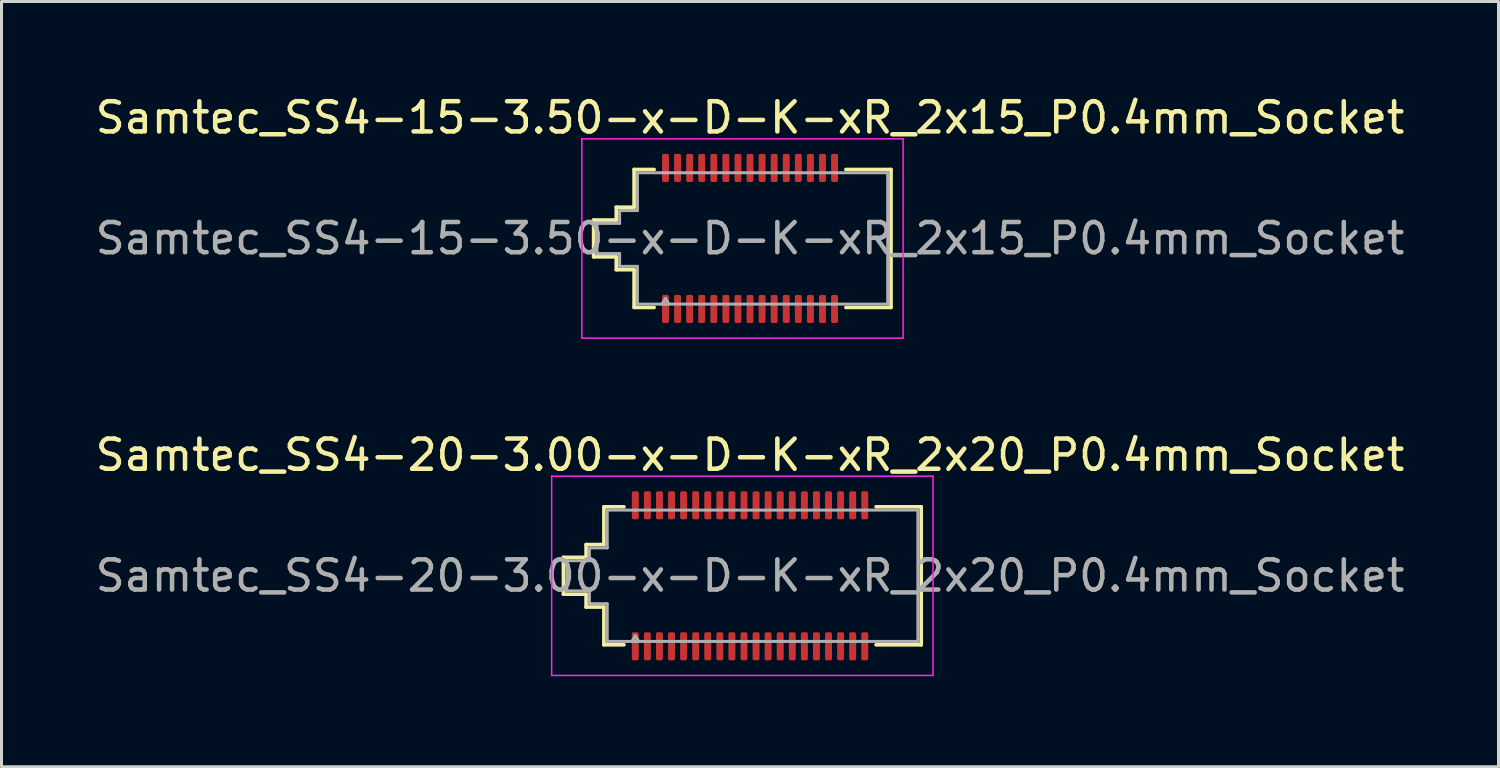
<source format=kicad_pcb>
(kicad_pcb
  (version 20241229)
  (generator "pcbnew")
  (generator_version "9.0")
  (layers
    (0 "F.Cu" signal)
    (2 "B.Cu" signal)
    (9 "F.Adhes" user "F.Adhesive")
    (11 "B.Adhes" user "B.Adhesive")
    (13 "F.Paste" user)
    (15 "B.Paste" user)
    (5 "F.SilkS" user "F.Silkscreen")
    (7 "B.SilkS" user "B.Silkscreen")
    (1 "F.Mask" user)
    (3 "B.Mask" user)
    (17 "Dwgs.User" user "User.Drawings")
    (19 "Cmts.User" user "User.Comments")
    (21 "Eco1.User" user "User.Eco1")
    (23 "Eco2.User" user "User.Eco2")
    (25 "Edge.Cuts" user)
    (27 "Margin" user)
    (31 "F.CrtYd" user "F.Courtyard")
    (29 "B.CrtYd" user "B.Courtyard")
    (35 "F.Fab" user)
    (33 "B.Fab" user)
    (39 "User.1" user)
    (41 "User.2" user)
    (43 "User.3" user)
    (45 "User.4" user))
  (footprint "Samtec_SS4-20-3.00-x-D-K-xR_2x20_P0.4mm_Socket"
    (layer "F.Cu")
    (at 21.792 16.021)
    (property "Reference" "Samtec_SS4-20-3.00-x-D-K-xR_2x20_P0.4mm_Socket" (at 0 -4 0) (layer "F.SilkS") (effects (font (size 1 1) (thickness 0.15))))
    (attr smd)
    (fp_line (start -6.18 -0.61) (end -5.43 -0.61) (stroke (width 0.12) (type solid)) (layer "F.SilkS"))
    (fp_line (start -6.18 0.61) (end -6.18 -0.61) (stroke (width 0.12) (type solid)) (layer "F.SilkS"))
    (fp_line (start -5.43 -1.035) (end -4.84 -1.035) (stroke (width 0.12) (type solid)) (layer "F.SilkS"))
    (fp_line (start -5.43 -0.61) (end -5.43 -1.035) (stroke (width 0.12) (type solid)) (layer "F.SilkS"))
    (fp_line (start -5.43 0.61) (end -6.18 0.61) (stroke (width 0.12) (type solid)) (layer "F.SilkS"))
    (fp_line (start -5.43 1.035) (end -5.43 0.61) (stroke (width 0.12) (type solid)) (layer "F.SilkS"))
    (fp_line (start -4.84 -2.285) (end -4.175 -2.285) (stroke (width 0.12) (type solid)) (layer "F.SilkS"))
    (fp_line (start -4.84 -1.035) (end -4.84 -2.285) (stroke (width 0.12) (type solid)) (layer "F.SilkS"))
    (fp_line (start -4.84 1.035) (end -5.43 1.035) (stroke (width 0.12) (type solid)) (layer "F.SilkS"))
    (fp_line (start -4.84 2.285) (end -4.84 1.035) (stroke (width 0.12) (type solid)) (layer "F.SilkS"))
    (fp_line (start -4.175 2.285) (end -4.84 2.285) (stroke (width 0.12) (type solid)) (layer "F.SilkS"))
    (fp_line (start 4.175 -2.285) (end 5.67 -2.285) (stroke (width 0.12) (type solid)) (layer "F.SilkS"))
    (fp_line (start 5.67 -2.285) (end 5.67 2.285) (stroke (width 0.12) (type solid)) (layer "F.SilkS"))
    (fp_line (start 5.67 2.285) (end 4.175 2.285) (stroke (width 0.12) (type solid)) (layer "F.SilkS"))
    (fp_line (start -6.57 -3.3) (end -6.57 3.3) (stroke (width 0.05) (type solid)) (layer "F.CrtYd"))
    (fp_line (start -6.57 3.3) (end 6.06 3.3) (stroke (width 0.05) (type solid)) (layer "F.CrtYd"))
    (fp_line (start 6.06 -3.3) (end -6.57 -3.3) (stroke (width 0.05) (type solid)) (layer "F.CrtYd"))
    (fp_line (start 6.06 3.3) (end 6.06 -3.3) (stroke (width 0.05) (type solid)) (layer "F.CrtYd"))
    (fp_line (start -6.07 -0.5) (end -5.32 -0.5) (stroke (width 0.1) (type solid)) (layer "F.Fab"))
    (fp_line (start -6.07 0.5) (end -6.07 -0.5) (stroke (width 0.1) (type solid)) (layer "F.Fab"))
    (fp_line (start -5.32 -0.925) (end -4.73 -0.925) (stroke (width 0.1) (type solid)) (layer "F.Fab"))
    (fp_line (start -5.32 -0.5) (end -5.32 -0.925) (stroke (width 0.1) (type solid)) (layer "F.Fab"))
    (fp_line (start -5.32 0.5) (end -6.07 0.5) (stroke (width 0.1) (type solid)) (layer "F.Fab"))
    (fp_line (start -5.32 0.925) (end -5.32 0.5) (stroke (width 0.1) (type solid)) (layer "F.Fab"))
    (fp_line (start -4.73 -2.175) (end -3.8 -2.175) (stroke (width 0.1) (type solid)) (layer "F.Fab"))
    (fp_line (start -4.73 -0.925) (end -4.73 -2.175) (stroke (width 0.1) (type solid)) (layer "F.Fab"))
    (fp_line (start -4.73 0.925) (end -5.32 0.925) (stroke (width 0.1) (type solid)) (layer "F.Fab"))
    (fp_line (start -4.73 2.175) (end -4.73 0.925) (stroke (width 0.1) (type solid)) (layer "F.Fab"))
    (fp_line (start -3.8 -2.175) (end 3.8 -2.175) (stroke (width 0.1) (type solid)) (layer "F.Fab"))
    (fp_line (start -3.8 1.991) (end -3.915 2.175) (stroke (width 0.1) (type solid)) (layer "F.Fab"))
    (fp_line (start -3.8 1.991) (end -3.685 2.175) (stroke (width 0.1) (type solid)) (layer "F.Fab"))
    (fp_line (start -3.8 2.175) (end -4.73 2.175) (stroke (width 0.1) (type solid)) (layer "F.Fab"))
    (fp_line (start 3.8 -2.175) (end 5.56 -2.175) (stroke (width 0.1) (type solid)) (layer "F.Fab"))
    (fp_line (start 3.8 2.175) (end -3.8 2.175) (stroke (width 0.1) (type solid)) (layer "F.Fab"))
    (fp_line (start 5.56 -2.175) (end 5.56 2.175) (stroke (width 0.1) (type solid)) (layer "F.Fab"))
    (fp_line (start 5.56 2.175) (end 3.8 2.175) (stroke (width 0.1) (type solid)) (layer "F.Fab"))
    (fp_text user "${REFERENCE}" (at 0 0 0) (layer "F.Fab") (effects (font (size 1 1) (thickness 0.15))))
    (pad "1" smd roundrect (at -3.8 2.335) (size 0.23 0.93) (layers "F.Cu" "F.Mask" "F.Paste") (roundrect_rratio 0.25))
    (pad "2" smd roundrect (at -3.8 -2.335) (size 0.23 0.93) (layers "F.Cu" "F.Mask" "F.Paste") (roundrect_rratio 0.25))
    (pad "3" smd roundrect (at -3.4 2.335) (size 0.23 0.93) (layers "F.Cu" "F.Mask" "F.Paste") (roundrect_rratio 0.25))
    (pad "4" smd roundrect (at -3.4 -2.335) (size 0.23 0.93) (layers "F.Cu" "F.Mask" "F.Paste") (roundrect_rratio 0.25))
    (pad "5" smd roundrect (at -3 2.335) (size 0.23 0.93) (layers "F.Cu" "F.Mask" "F.Paste") (roundrect_rratio 0.25))
    (pad "6" smd roundrect (at -3 -2.335) (size 0.23 0.93) (layers "F.Cu" "F.Mask" "F.Paste") (roundrect_rratio 0.25))
    (pad "7" smd roundrect (at -2.6 2.335) (size 0.23 0.93) (layers "F.Cu" "F.Mask" "F.Paste") (roundrect_rratio 0.25))
    (pad "8" smd roundrect (at -2.6 -2.335) (size 0.23 0.93) (layers "F.Cu" "F.Mask" "F.Paste") (roundrect_rratio 0.25))
    (pad "9" smd roundrect (at -2.2 2.335) (size 0.23 0.93) (layers "F.Cu" "F.Mask" "F.Paste") (roundrect_rratio 0.25))
    (pad "10" smd roundrect (at -2.2 -2.335) (size 0.23 0.93) (layers "F.Cu" "F.Mask" "F.Paste") (roundrect_rratio 0.25))
    (pad "11" smd roundrect (at -1.8 2.335) (size 0.23 0.93) (layers "F.Cu" "F.Mask" "F.Paste") (roundrect_rratio 0.25))
    (pad "12" smd roundrect (at -1.8 -2.335) (size 0.23 0.93) (layers "F.Cu" "F.Mask" "F.Paste") (roundrect_rratio 0.25))
    (pad "13" smd roundrect (at -1.4 2.335) (size 0.23 0.93) (layers "F.Cu" "F.Mask" "F.Paste") (roundrect_rratio 0.25))
    (pad "14" smd roundrect (at -1.4 -2.335) (size 0.23 0.93) (layers "F.Cu" "F.Mask" "F.Paste") (roundrect_rratio 0.25))
    (pad "15" smd roundrect (at -1 2.335) (size 0.23 0.93) (layers "F.Cu" "F.Mask" "F.Paste") (roundrect_rratio 0.25))
    (pad "16" smd roundrect (at -1 -2.335) (size 0.23 0.93) (layers "F.Cu" "F.Mask" "F.Paste") (roundrect_rratio 0.25))
    (pad "17" smd roundrect (at -0.6 2.335) (size 0.23 0.93) (layers "F.Cu" "F.Mask" "F.Paste") (roundrect_rratio 0.25))
    (pad "18" smd roundrect (at -0.6 -2.335) (size 0.23 0.93) (layers "F.Cu" "F.Mask" "F.Paste") (roundrect_rratio 0.25))
    (pad "19" smd roundrect (at -0.2 2.335) (size 0.23 0.93) (layers "F.Cu" "F.Mask" "F.Paste") (roundrect_rratio 0.25))
    (pad "20" smd roundrect (at -0.2 -2.335) (size 0.23 0.93) (layers "F.Cu" "F.Mask" "F.Paste") (roundrect_rratio 0.25))
    (pad "21" smd roundrect (at 0.2 2.335) (size 0.23 0.93) (layers "F.Cu" "F.Mask" "F.Paste") (roundrect_rratio 0.25))
    (pad "22" smd roundrect (at 0.2 -2.335) (size 0.23 0.93) (layers "F.Cu" "F.Mask" "F.Paste") (roundrect_rratio 0.25))
    (pad "23" smd roundrect (at 0.6 2.335) (size 0.23 0.93) (layers "F.Cu" "F.Mask" "F.Paste") (roundrect_rratio 0.25))
    (pad "24" smd roundrect (at 0.6 -2.335) (size 0.23 0.93) (layers "F.Cu" "F.Mask" "F.Paste") (roundrect_rratio 0.25))
    (pad "25" smd roundrect (at 1 2.335) (size 0.23 0.93) (layers "F.Cu" "F.Mask" "F.Paste") (roundrect_rratio 0.25))
    (pad "26" smd roundrect (at 1 -2.335) (size 0.23 0.93) (layers "F.Cu" "F.Mask" "F.Paste") (roundrect_rratio 0.25))
    (pad "27" smd roundrect (at 1.4 2.335) (size 0.23 0.93) (layers "F.Cu" "F.Mask" "F.Paste") (roundrect_rratio 0.25))
    (pad "28" smd roundrect (at 1.4 -2.335) (size 0.23 0.93) (layers "F.Cu" "F.Mask" "F.Paste") (roundrect_rratio 0.25))
    (pad "29" smd roundrect (at 1.8 2.335) (size 0.23 0.93) (layers "F.Cu" "F.Mask" "F.Paste") (roundrect_rratio 0.25))
    (pad "30" smd roundrect (at 1.8 -2.335) (size 0.23 0.93) (layers "F.Cu" "F.Mask" "F.Paste") (roundrect_rratio 0.25))
    (pad "31" smd roundrect (at 2.2 2.335) (size 0.23 0.93) (layers "F.Cu" "F.Mask" "F.Paste") (roundrect_rratio 0.25))
    (pad "32" smd roundrect (at 2.2 -2.335) (size 0.23 0.93) (layers "F.Cu" "F.Mask" "F.Paste") (roundrect_rratio 0.25))
    (pad "33" smd roundrect (at 2.6 2.335) (size 0.23 0.93) (layers "F.Cu" "F.Mask" "F.Paste") (roundrect_rratio 0.25))
    (pad "34" smd roundrect (at 2.6 -2.335) (size 0.23 0.93) (layers "F.Cu" "F.Mask" "F.Paste") (roundrect_rratio 0.25))
    (pad "35" smd roundrect (at 3 2.335) (size 0.23 0.93) (layers "F.Cu" "F.Mask" "F.Paste") (roundrect_rratio 0.25))
    (pad "36" smd roundrect (at 3 -2.335) (size 0.23 0.93) (layers "F.Cu" "F.Mask" "F.Paste") (roundrect_rratio 0.25))
    (pad "37" smd roundrect (at 3.4 2.335) (size 0.23 0.93) (layers "F.Cu" "F.Mask" "F.Paste") (roundrect_rratio 0.25))
    (pad "38" smd roundrect (at 3.4 -2.335) (size 0.23 0.93) (layers "F.Cu" "F.Mask" "F.Paste") (roundrect_rratio 0.25))
    (pad "39" smd roundrect (at 3.8 2.335) (size 0.23 0.93) (layers "F.Cu" "F.Mask" "F.Paste") (roundrect_rratio 0.25))
    (pad "40" smd roundrect (at 3.8 -2.335) (size 0.23 0.93) (layers "F.Cu" "F.Mask" "F.Paste") (roundrect_rratio 0.25)))
  (footprint "Samtec_SS4-15-3.50-x-D-K-xR_2x15_P0.4mm_Socket"
    (layer "F.Cu")
    (at 21.792 4.848)
    (property "Reference" "Samtec_SS4-15-3.50-x-D-K-xR_2x15_P0.4mm_Socket" (at 0 -4 0) (layer "F.SilkS") (effects (font (size 1 1) (thickness 0.15))))
    (attr smd)
    (fp_line (start -5.18 -0.61) (end -4.43 -0.61) (stroke (width 0.12) (type solid)) (layer "F.SilkS"))
    (fp_line (start -5.18 0.61) (end -5.18 -0.61) (stroke (width 0.12) (type solid)) (layer "F.SilkS"))
    (fp_line (start -4.43 -1.035) (end -3.84 -1.035) (stroke (width 0.12) (type solid)) (layer "F.SilkS"))
    (fp_line (start -4.43 -0.61) (end -4.43 -1.035) (stroke (width 0.12) (type solid)) (layer "F.SilkS"))
    (fp_line (start -4.43 0.61) (end -5.18 0.61) (stroke (width 0.12) (type solid)) (layer "F.SilkS"))
    (fp_line (start -4.43 1.035) (end -4.43 0.61) (stroke (width 0.12) (type solid)) (layer "F.SilkS"))
    (fp_line (start -3.84 -2.285) (end -3.175 -2.285) (stroke (width 0.12) (type solid)) (layer "F.SilkS"))
    (fp_line (start -3.84 -1.035) (end -3.84 -2.285) (stroke (width 0.12) (type solid)) (layer "F.SilkS"))
    (fp_line (start -3.84 1.035) (end -4.43 1.035) (stroke (width 0.12) (type solid)) (layer "F.SilkS"))
    (fp_line (start -3.84 2.285) (end -3.84 1.035) (stroke (width 0.12) (type solid)) (layer "F.SilkS"))
    (fp_line (start -3.175 2.285) (end -3.84 2.285) (stroke (width 0.12) (type solid)) (layer "F.SilkS"))
    (fp_line (start 3.175 -2.285) (end 4.67 -2.285) (stroke (width 0.12) (type solid)) (layer "F.SilkS"))
    (fp_line (start 4.67 -2.285) (end 4.67 2.285) (stroke (width 0.12) (type solid)) (layer "F.SilkS"))
    (fp_line (start 4.67 2.285) (end 3.175 2.285) (stroke (width 0.12) (type solid)) (layer "F.SilkS"))
    (fp_line (start -5.57 -3.3) (end -5.57 3.3) (stroke (width 0.05) (type solid)) (layer "F.CrtYd"))
    (fp_line (start -5.57 3.3) (end 5.07 3.3) (stroke (width 0.05) (type solid)) (layer "F.CrtYd"))
    (fp_line (start 5.07 -3.3) (end -5.57 -3.3) (stroke (width 0.05) (type solid)) (layer "F.CrtYd"))
    (fp_line (start 5.07 3.3) (end 5.07 -3.3) (stroke (width 0.05) (type solid)) (layer "F.CrtYd"))
    (fp_line (start -5.07 -0.5) (end -4.32 -0.5) (stroke (width 0.1) (type solid)) (layer "F.Fab"))
    (fp_line (start -5.07 0.5) (end -5.07 -0.5) (stroke (width 0.1) (type solid)) (layer "F.Fab"))
    (fp_line (start -4.32 -0.925) (end -3.73 -0.925) (stroke (width 0.1) (type solid)) (layer "F.Fab"))
    (fp_line (start -4.32 -0.5) (end -4.32 -0.925) (stroke (width 0.1) (type solid)) (layer "F.Fab"))
    (fp_line (start -4.32 0.5) (end -5.07 0.5) (stroke (width 0.1) (type solid)) (layer "F.Fab"))
    (fp_line (start -4.32 0.925) (end -4.32 0.5) (stroke (width 0.1) (type solid)) (layer "F.Fab"))
    (fp_line (start -3.73 -2.175) (end -2.8 -2.175) (stroke (width 0.1) (type solid)) (layer "F.Fab"))
    (fp_line (start -3.73 -0.925) (end -3.73 -2.175) (stroke (width 0.1) (type solid)) (layer "F.Fab"))
    (fp_line (start -3.73 0.925) (end -4.32 0.925) (stroke (width 0.1) (type solid)) (layer "F.Fab"))
    (fp_line (start -3.73 2.175) (end -3.73 0.925) (stroke (width 0.1) (type solid)) (layer "F.Fab"))
    (fp_line (start -2.8 -2.175) (end 2.8 -2.175) (stroke (width 0.1) (type solid)) (layer "F.Fab"))
    (fp_line (start -2.8 1.991) (end -2.915 2.175) (stroke (width 0.1) (type solid)) (layer "F.Fab"))
    (fp_line (start -2.8 1.991) (end -2.685 2.175) (stroke (width 0.1) (type solid)) (layer "F.Fab"))
    (fp_line (start -2.8 2.175) (end -3.73 2.175) (stroke (width 0.1) (type solid)) (layer "F.Fab"))
    (fp_line (start 2.8 -2.175) (end 4.56 -2.175) (stroke (width 0.1) (type solid)) (layer "F.Fab"))
    (fp_line (start 2.8 2.175) (end -2.8 2.175) (stroke (width 0.1) (type solid)) (layer "F.Fab"))
    (fp_line (start 4.56 -2.175) (end 4.56 2.175) (stroke (width 0.1) (type solid)) (layer "F.Fab"))
    (fp_line (start 4.56 2.175) (end 2.8 2.175) (stroke (width 0.1) (type solid)) (layer "F.Fab"))
    (fp_text user "${REFERENCE}" (at 0 0 0) (layer "F.Fab") (effects (font (size 1 1) (thickness 0.15))))
    (pad "1" smd roundrect (at -2.8 2.335) (size 0.23 0.93) (layers "F.Cu" "F.Mask" "F.Paste") (roundrect_rratio 0.25))
    (pad "2" smd roundrect (at -2.8 -2.335) (size 0.23 0.93) (layers "F.Cu" "F.Mask" "F.Paste") (roundrect_rratio 0.25))
    (pad "3" smd roundrect (at -2.4 2.335) (size 0.23 0.93) (layers "F.Cu" "F.Mask" "F.Paste") (roundrect_rratio 0.25))
    (pad "4" smd roundrect (at -2.4 -2.335) (size 0.23 0.93) (layers "F.Cu" "F.Mask" "F.Paste") (roundrect_rratio 0.25))
    (pad "5" smd roundrect (at -2 2.335) (size 0.23 0.93) (layers "F.Cu" "F.Mask" "F.Paste") (roundrect_rratio 0.25))
    (pad "6" smd roundrect (at -2 -2.335) (size 0.23 0.93) (layers "F.Cu" "F.Mask" "F.Paste") (roundrect_rratio 0.25))
    (pad "7" smd roundrect (at -1.6 2.335) (size 0.23 0.93) (layers "F.Cu" "F.Mask" "F.Paste") (roundrect_rratio 0.25))
    (pad "8" smd roundrect (at -1.6 -2.335) (size 0.23 0.93) (layers "F.Cu" "F.Mask" "F.Paste") (roundrect_rratio 0.25))
    (pad "9" smd roundrect (at -1.2 2.335) (size 0.23 0.93) (layers "F.Cu" "F.Mask" "F.Paste") (roundrect_rratio 0.25))
    (pad "10" smd roundrect (at -1.2 -2.335) (size 0.23 0.93) (layers "F.Cu" "F.Mask" "F.Paste") (roundrect_rratio 0.25))
    (pad "11" smd roundrect (at -0.8 2.335) (size 0.23 0.93) (layers "F.Cu" "F.Mask" "F.Paste") (roundrect_rratio 0.25))
    (pad "12" smd roundrect (at -0.8 -2.335) (size 0.23 0.93) (layers "F.Cu" "F.Mask" "F.Paste") (roundrect_rratio 0.25))
    (pad "13" smd roundrect (at -0.4 2.335) (size 0.23 0.93) (layers "F.Cu" "F.Mask" "F.Paste") (roundrect_rratio 0.25))
    (pad "14" smd roundrect (at -0.4 -2.335) (size 0.23 0.93) (layers "F.Cu" "F.Mask" "F.Paste") (roundrect_rratio 0.25))
    (pad "15" smd roundrect (at 0 2.335) (size 0.23 0.93) (layers "F.Cu" "F.Mask" "F.Paste") (roundrect_rratio 0.25))
    (pad "16" smd roundrect (at 0 -2.335) (size 0.23 0.93) (layers "F.Cu" "F.Mask" "F.Paste") (roundrect_rratio 0.25))
    (pad "17" smd roundrect (at 0.4 2.335) (size 0.23 0.93) (layers "F.Cu" "F.Mask" "F.Paste") (roundrect_rratio 0.25))
    (pad "18" smd roundrect (at 0.4 -2.335) (size 0.23 0.93) (layers "F.Cu" "F.Mask" "F.Paste") (roundrect_rratio 0.25))
    (pad "19" smd roundrect (at 0.8 2.335) (size 0.23 0.93) (layers "F.Cu" "F.Mask" "F.Paste") (roundrect_rratio 0.25))
    (pad "20" smd roundrect (at 0.8 -2.335) (size 0.23 0.93) (layers "F.Cu" "F.Mask" "F.Paste") (roundrect_rratio 0.25))
    (pad "21" smd roundrect (at 1.2 2.335) (size 0.23 0.93) (layers "F.Cu" "F.Mask" "F.Paste") (roundrect_rratio 0.25))
    (pad "22" smd roundrect (at 1.2 -2.335) (size 0.23 0.93) (layers "F.Cu" "F.Mask" "F.Paste") (roundrect_rratio 0.25))
    (pad "23" smd roundrect (at 1.6 2.335) (size 0.23 0.93) (layers "F.Cu" "F.Mask" "F.Paste") (roundrect_rratio 0.25))
    (pad "24" smd roundrect (at 1.6 -2.335) (size 0.23 0.93) (layers "F.Cu" "F.Mask" "F.Paste") (roundrect_rratio 0.25))
    (pad "25" smd roundrect (at 2 2.335) (size 0.23 0.93) (layers "F.Cu" "F.Mask" "F.Paste") (roundrect_rratio 0.25))
    (pad "26" smd roundrect (at 2 -2.335) (size 0.23 0.93) (layers "F.Cu" "F.Mask" "F.Paste") (roundrect_rratio 0.25))
    (pad "27" smd roundrect (at 2.4 2.335) (size 0.23 0.93) (layers "F.Cu" "F.Mask" "F.Paste") (roundrect_rratio 0.25))
    (pad "28" smd roundrect (at 2.4 -2.335) (size 0.23 0.93) (layers "F.Cu" "F.Mask" "F.Paste") (roundrect_rratio 0.25))
    (pad "29" smd roundrect (at 2.8 2.335) (size 0.23 0.93) (layers "F.Cu" "F.Mask" "F.Paste") (roundrect_rratio 0.25))
    (pad "30" smd roundrect (at 2.8 -2.335) (size 0.23 0.93) (layers "F.Cu" "F.Mask" "F.Paste") (roundrect_rratio 0.25)))
  (gr_rect
    (start -3 -3)
    (end 46.583 22.346)
    (stroke (width 0.1) (type default))
    (fill no)
    (layer "Edge.Cuts")))
</source>
